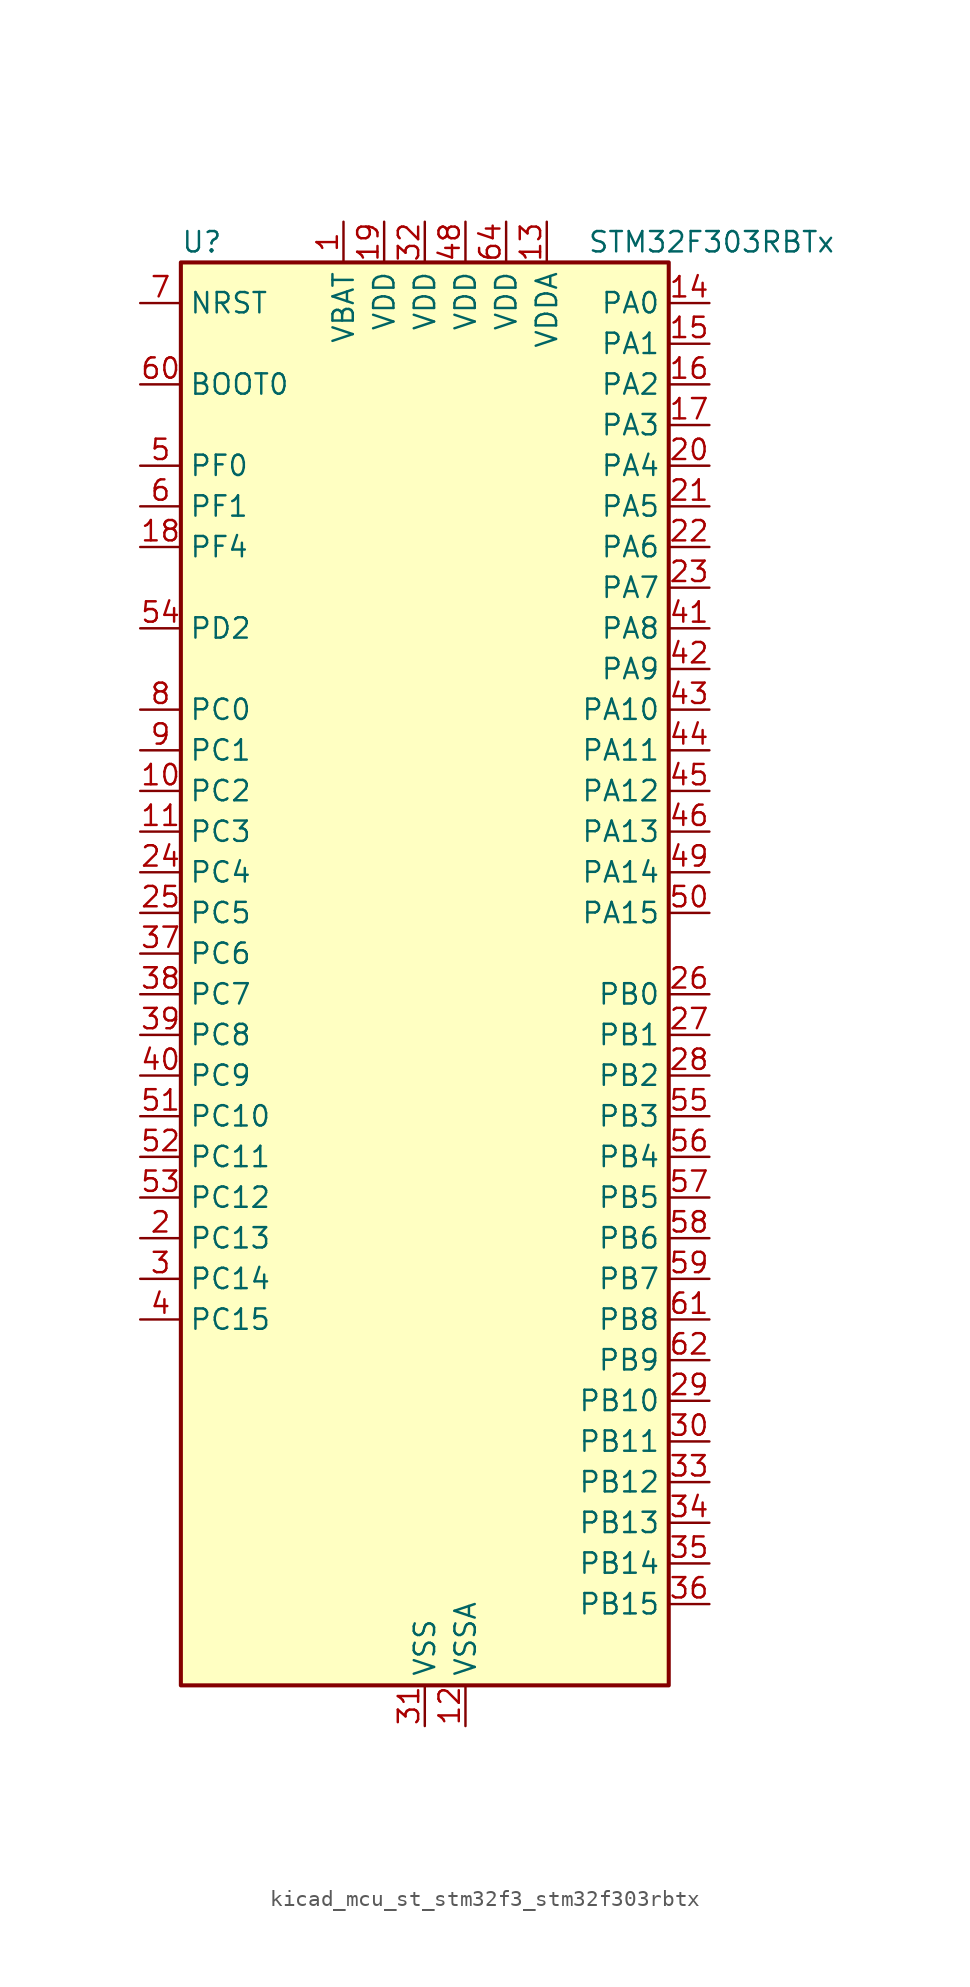
<source format=kicad_sym>
(kicad_symbol_lib
  (version 20220914)
  (generator kicad_symbol_editor)
  (symbol "kicad_mcu_st_stm32f3_stm32f303rbtx"
    (property "Reference" "U"
      (at -15.24 46.99 0)
      (effects (font (size 1.27 1.27)) (justify left)))
    (property "Value" "STM32F303RBTx"
      (at 10.16 46.99 0)
      (effects (font (size 1.27 1.27)) (justify left)))
    (property "ki_locked" ""
      (at 0 0 0)
      (effects (font (size 1.27 1.27))))
    (symbol "kicad_mcu_st_stm32f3_stm32f303rbtx_0_1"
      (rectangle (start -15.24 -43.18) (end 15.24 45.72) (stroke (width 0.254) (type default)) (fill (type background))))
    (symbol "kicad_mcu_st_stm32f3_stm32f303rbtx_1_1"
      (pin power_in line (at -5.08 48.26 270) (length 2.54) (name "VBAT" (effects (font (size 1.27 1.27)))) (number "1" (effects (font (size 1.27 1.27)))))
      (pin bidirectional line (at -17.78 12.7 0) (length 2.54) (name "PC2" (effects (font (size 1.27 1.27)))) (number "10" (effects (font (size 1.27 1.27)))) (alternate "ADC1_IN8" bidirectional line) (alternate "ADC2_IN8" bidirectional line) (alternate "ADC3_EXTI2" bidirectional line) (alternate "ADC4_EXTI2" bidirectional line) (alternate "COMP7_OUT" bidirectional line))
      (pin bidirectional line (at -17.78 10.16 0) (length 2.54) (name "PC3" (effects (font (size 1.27 1.27)))) (number "11" (effects (font (size 1.27 1.27)))) (alternate "ADC1_IN9" bidirectional line) (alternate "ADC2_IN9" bidirectional line) (alternate "TIM1_BKIN2" bidirectional line))
      (pin power_in line (at 2.54 -45.72 90) (length 2.54) (name "VSSA" (effects (font (size 1.27 1.27)))) (number "12" (effects (font (size 1.27 1.27)))))
      (pin power_in line (at 7.62 48.26 270) (length 2.54) (name "VDDA" (effects (font (size 1.27 1.27)))) (number "13" (effects (font (size 1.27 1.27)))))
      (pin bidirectional line (at 17.78 43.18 180) (length 2.54) (name "PA0" (effects (font (size 1.27 1.27)))) (number "14" (effects (font (size 1.27 1.27)))) (alternate "ADC1_IN1" bidirectional line) (alternate "COMP1_INM" bidirectional line) (alternate "COMP1_OUT" bidirectional line) (alternate "COMP7_INP" bidirectional line) (alternate "RTC_TAMP2" bidirectional line) (alternate "SYS_WKUP1" bidirectional line) (alternate "TIM2_CH1" bidirectional line) (alternate "TIM2_ETR" bidirectional line) (alternate "TIM8_BKIN" bidirectional line) (alternate "TIM8_ETR" bidirectional line) (alternate "TSC_G1_IO1" bidirectional line) (alternate "USART2_CTS" bidirectional line))
      (pin bidirectional line (at 17.78 40.64 180) (length 2.54) (name "PA1" (effects (font (size 1.27 1.27)))) (number "15" (effects (font (size 1.27 1.27)))) (alternate "ADC1_IN2" bidirectional line) (alternate "COMP1_INP" bidirectional line) (alternate "OPAMP1_VINP" bidirectional line) (alternate "OPAMP1_VINP_SEC" bidirectional line) (alternate "OPAMP3_VINP" bidirectional line) (alternate "OPAMP3_VINP_SEC" bidirectional line) (alternate "RTC_REFIN" bidirectional line) (alternate "TIM15_CH1N" bidirectional line) (alternate "TIM2_CH2" bidirectional line) (alternate "TSC_G1_IO2" bidirectional line) (alternate "USART2_DE" bidirectional line) (alternate "USART2_RTS" bidirectional line))
      (pin bidirectional line (at 17.78 38.1 180) (length 2.54) (name "PA2" (effects (font (size 1.27 1.27)))) (number "16" (effects (font (size 1.27 1.27)))) (alternate "ADC1_IN3" bidirectional line) (alternate "ADC3_EXTI2" bidirectional line) (alternate "ADC4_EXTI2" bidirectional line) (alternate "COMP2_INM" bidirectional line) (alternate "COMP2_OUT" bidirectional line) (alternate "OPAMP1_VOUT" bidirectional line) (alternate "TIM15_CH1" bidirectional line) (alternate "TIM2_CH3" bidirectional line) (alternate "TSC_G1_IO3" bidirectional line) (alternate "USART2_TX" bidirectional line))
      (pin bidirectional line (at 17.78 35.56 180) (length 2.54) (name "PA3" (effects (font (size 1.27 1.27)))) (number "17" (effects (font (size 1.27 1.27)))) (alternate "ADC1_IN4" bidirectional line) (alternate "COMP2_INP" bidirectional line) (alternate "OPAMP1_VINM" bidirectional line) (alternate "OPAMP1_VINM_SEC" bidirectional line) (alternate "OPAMP1_VINP" bidirectional line) (alternate "OPAMP1_VINP_SEC" bidirectional line) (alternate "TIM15_CH2" bidirectional line) (alternate "TIM2_CH4" bidirectional line) (alternate "TSC_G1_IO4" bidirectional line) (alternate "USART2_RX" bidirectional line))
      (pin bidirectional line (at -17.78 27.94 0) (length 2.54) (name "PF4" (effects (font (size 1.27 1.27)))) (number "18" (effects (font (size 1.27 1.27)))) (alternate "ADC1_IN5" bidirectional line) (alternate "COMP1_OUT" bidirectional line))
      (pin power_in line (at -2.54 48.26 270) (length 2.54) (name "VDD" (effects (font (size 1.27 1.27)))) (number "19" (effects (font (size 1.27 1.27)))))
      (pin bidirectional line (at -17.78 -15.24 0) (length 2.54) (name "PC13" (effects (font (size 1.27 1.27)))) (number "2" (effects (font (size 1.27 1.27)))) (alternate "RTC_OUT_ALARM" bidirectional line) (alternate "RTC_OUT_CALIB" bidirectional line) (alternate "RTC_TAMP1" bidirectional line) (alternate "RTC_TS" bidirectional line) (alternate "SYS_WKUP2" bidirectional line) (alternate "TIM1_CH1N" bidirectional line))
      (pin bidirectional line (at 17.78 33.02 180) (length 2.54) (name "PA4" (effects (font (size 1.27 1.27)))) (number "20" (effects (font (size 1.27 1.27)))) (alternate "ADC2_IN1" bidirectional line) (alternate "COMP1_INM" bidirectional line) (alternate "COMP2_INM" bidirectional line) (alternate "COMP3_INM" bidirectional line) (alternate "COMP4_INM" bidirectional line) (alternate "COMP5_INM" bidirectional line) (alternate "COMP6_INM" bidirectional line) (alternate "COMP7_INM" bidirectional line) (alternate "DAC_OUT1" bidirectional line) (alternate "I2S3_WS" bidirectional line) (alternate "OPAMP4_VINP" bidirectional line) (alternate "OPAMP4_VINP_SEC" bidirectional line) (alternate "SPI1_NSS" bidirectional line) (alternate "SPI3_NSS" bidirectional line) (alternate "TIM3_CH2" bidirectional line) (alternate "TSC_G2_IO1" bidirectional line) (alternate "USART2_CK" bidirectional line))
      (pin bidirectional line (at 17.78 30.48 180) (length 2.54) (name "PA5" (effects (font (size 1.27 1.27)))) (number "21" (effects (font (size 1.27 1.27)))) (alternate "ADC2_IN2" bidirectional line) (alternate "COMP1_INM" bidirectional line) (alternate "COMP2_INM" bidirectional line) (alternate "COMP3_INM" bidirectional line) (alternate "COMP4_INM" bidirectional line) (alternate "COMP5_INM" bidirectional line) (alternate "COMP6_INM" bidirectional line) (alternate "COMP7_INM" bidirectional line) (alternate "DAC_OUT2" bidirectional line) (alternate "OPAMP1_VINP" bidirectional line) (alternate "OPAMP1_VINP_SEC" bidirectional line) (alternate "OPAMP2_VINM" bidirectional line) (alternate "OPAMP2_VINM_SEC" bidirectional line) (alternate "OPAMP3_VINP" bidirectional line) (alternate "OPAMP3_VINP_SEC" bidirectional line) (alternate "SPI1_SCK" bidirectional line) (alternate "TIM2_CH1" bidirectional line) (alternate "TIM2_ETR" bidirectional line) (alternate "TSC_G2_IO2" bidirectional line))
      (pin bidirectional line (at 17.78 27.94 180) (length 2.54) (name "PA6" (effects (font (size 1.27 1.27)))) (number "22" (effects (font (size 1.27 1.27)))) (alternate "ADC2_IN3" bidirectional line) (alternate "COMP1_OUT" bidirectional line) (alternate "OPAMP2_VOUT" bidirectional line) (alternate "SPI1_MISO" bidirectional line) (alternate "TIM16_CH1" bidirectional line) (alternate "TIM1_BKIN" bidirectional line) (alternate "TIM3_CH1" bidirectional line) (alternate "TIM8_BKIN" bidirectional line) (alternate "TSC_G2_IO3" bidirectional line))
      (pin bidirectional line (at 17.78 25.4 180) (length 2.54) (name "PA7" (effects (font (size 1.27 1.27)))) (number "23" (effects (font (size 1.27 1.27)))) (alternate "ADC2_IN4" bidirectional line) (alternate "COMP2_INP" bidirectional line) (alternate "COMP2_OUT" bidirectional line) (alternate "OPAMP1_VINP" bidirectional line) (alternate "OPAMP1_VINP_SEC" bidirectional line) (alternate "OPAMP2_VINP" bidirectional line) (alternate "OPAMP2_VINP_SEC" bidirectional line) (alternate "SPI1_MOSI" bidirectional line) (alternate "TIM17_CH1" bidirectional line) (alternate "TIM1_CH1N" bidirectional line) (alternate "TIM3_CH2" bidirectional line) (alternate "TIM8_CH1N" bidirectional line) (alternate "TSC_G2_IO4" bidirectional line))
      (pin bidirectional line (at -17.78 7.62 0) (length 2.54) (name "PC4" (effects (font (size 1.27 1.27)))) (number "24" (effects (font (size 1.27 1.27)))) (alternate "ADC2_IN5" bidirectional line) (alternate "USART1_TX" bidirectional line))
      (pin bidirectional line (at -17.78 5.08 0) (length 2.54) (name "PC5" (effects (font (size 1.27 1.27)))) (number "25" (effects (font (size 1.27 1.27)))) (alternate "ADC2_IN11" bidirectional line) (alternate "OPAMP1_VINM" bidirectional line) (alternate "OPAMP1_VINM_SEC" bidirectional line) (alternate "OPAMP2_VINM" bidirectional line) (alternate "OPAMP2_VINM_SEC" bidirectional line) (alternate "TSC_G3_IO1" bidirectional line) (alternate "USART1_RX" bidirectional line))
      (pin bidirectional line (at 17.78 0 180) (length 2.54) (name "PB0" (effects (font (size 1.27 1.27)))) (number "26" (effects (font (size 1.27 1.27)))) (alternate "ADC3_IN12" bidirectional line) (alternate "COMP4_INP" bidirectional line) (alternate "OPAMP2_VINP" bidirectional line) (alternate "OPAMP2_VINP_SEC" bidirectional line) (alternate "OPAMP3_VINP" bidirectional line) (alternate "OPAMP3_VINP_SEC" bidirectional line) (alternate "TIM1_CH2N" bidirectional line) (alternate "TIM3_CH3" bidirectional line) (alternate "TIM8_CH2N" bidirectional line) (alternate "TSC_G3_IO2" bidirectional line))
      (pin bidirectional line (at 17.78 -2.54 180) (length 2.54) (name "PB1" (effects (font (size 1.27 1.27)))) (number "27" (effects (font (size 1.27 1.27)))) (alternate "ADC3_IN1" bidirectional line) (alternate "COMP4_OUT" bidirectional line) (alternate "OPAMP3_VOUT" bidirectional line) (alternate "TIM1_CH3N" bidirectional line) (alternate "TIM3_CH4" bidirectional line) (alternate "TIM8_CH3N" bidirectional line) (alternate "TSC_G3_IO3" bidirectional line))
      (pin bidirectional line (at 17.78 -5.08 180) (length 2.54) (name "PB2" (effects (font (size 1.27 1.27)))) (number "28" (effects (font (size 1.27 1.27)))) (alternate "ADC2_IN12" bidirectional line) (alternate "ADC3_EXTI2" bidirectional line) (alternate "ADC4_EXTI2" bidirectional line) (alternate "COMP4_INM" bidirectional line) (alternate "OPAMP3_VINM" bidirectional line) (alternate "OPAMP3_VINM_SEC" bidirectional line) (alternate "TSC_G3_IO4" bidirectional line))
      (pin bidirectional line (at 17.78 -25.4 180) (length 2.54) (name "PB10" (effects (font (size 1.27 1.27)))) (number "29" (effects (font (size 1.27 1.27)))) (alternate "COMP5_INM" bidirectional line) (alternate "OPAMP3_VINM" bidirectional line) (alternate "OPAMP3_VINM_SEC" bidirectional line) (alternate "OPAMP4_VINM" bidirectional line) (alternate "OPAMP4_VINM_SEC" bidirectional line) (alternate "TIM2_CH3" bidirectional line) (alternate "TSC_SYNC" bidirectional line) (alternate "USART3_TX" bidirectional line))
      (pin bidirectional line (at -17.78 -17.78 0) (length 2.54) (name "PC14" (effects (font (size 1.27 1.27)))) (number "3" (effects (font (size 1.27 1.27)))) (alternate "RCC_OSC32_IN" bidirectional line))
      (pin bidirectional line (at 17.78 -27.94 180) (length 2.54) (name "PB11" (effects (font (size 1.27 1.27)))) (number "30" (effects (font (size 1.27 1.27)))) (alternate "ADC1_EXTI11" bidirectional line) (alternate "ADC2_EXTI11" bidirectional line) (alternate "COMP6_INP" bidirectional line) (alternate "OPAMP4_VINP" bidirectional line) (alternate "OPAMP4_VINP_SEC" bidirectional line) (alternate "TIM2_CH4" bidirectional line) (alternate "TSC_G6_IO1" bidirectional line) (alternate "USART3_RX" bidirectional line))
      (pin power_in line (at 0 -45.72 90) (length 2.54) (name "VSS" (effects (font (size 1.27 1.27)))) (number "31" (effects (font (size 1.27 1.27)))))
      (pin power_in line (at 0 48.26 270) (length 2.54) (name "VDD" (effects (font (size 1.27 1.27)))) (number "32" (effects (font (size 1.27 1.27)))))
      (pin bidirectional line (at 17.78 -30.48 180) (length 2.54) (name "PB12" (effects (font (size 1.27 1.27)))) (number "33" (effects (font (size 1.27 1.27)))) (alternate "ADC4_IN3" bidirectional line) (alternate "COMP3_INM" bidirectional line) (alternate "I2C2_SMBA" bidirectional line) (alternate "I2S2_WS" bidirectional line) (alternate "OPAMP4_VOUT" bidirectional line) (alternate "SPI2_NSS" bidirectional line) (alternate "TIM1_BKIN" bidirectional line) (alternate "TSC_G6_IO2" bidirectional line) (alternate "USART3_CK" bidirectional line))
      (pin bidirectional line (at 17.78 -33.02 180) (length 2.54) (name "PB13" (effects (font (size 1.27 1.27)))) (number "34" (effects (font (size 1.27 1.27)))) (alternate "ADC3_IN5" bidirectional line) (alternate "COMP5_INP" bidirectional line) (alternate "I2S2_CK" bidirectional line) (alternate "OPAMP3_VINP" bidirectional line) (alternate "OPAMP3_VINP_SEC" bidirectional line) (alternate "OPAMP4_VINP" bidirectional line) (alternate "OPAMP4_VINP_SEC" bidirectional line) (alternate "SPI2_SCK" bidirectional line) (alternate "TIM1_CH1N" bidirectional line) (alternate "TSC_G6_IO3" bidirectional line) (alternate "USART3_CTS" bidirectional line))
      (pin bidirectional line (at 17.78 -35.56 180) (length 2.54) (name "PB14" (effects (font (size 1.27 1.27)))) (number "35" (effects (font (size 1.27 1.27)))) (alternate "ADC4_IN4" bidirectional line) (alternate "COMP3_INP" bidirectional line) (alternate "I2S2_ext_SD" bidirectional line) (alternate "OPAMP2_VINP" bidirectional line) (alternate "OPAMP2_VINP_SEC" bidirectional line) (alternate "SPI2_MISO" bidirectional line) (alternate "TIM15_CH1" bidirectional line) (alternate "TIM1_CH2N" bidirectional line) (alternate "TSC_G6_IO4" bidirectional line) (alternate "USART3_DE" bidirectional line) (alternate "USART3_RTS" bidirectional line))
      (pin bidirectional line (at 17.78 -38.1 180) (length 2.54) (name "PB15" (effects (font (size 1.27 1.27)))) (number "36" (effects (font (size 1.27 1.27)))) (alternate "ADC1_EXTI15" bidirectional line) (alternate "ADC2_EXTI15" bidirectional line) (alternate "ADC4_IN5" bidirectional line) (alternate "COMP6_INM" bidirectional line) (alternate "I2S2_SD" bidirectional line) (alternate "RTC_REFIN" bidirectional line) (alternate "SPI2_MOSI" bidirectional line) (alternate "TIM15_CH1N" bidirectional line) (alternate "TIM15_CH2" bidirectional line) (alternate "TIM1_CH3N" bidirectional line))
      (pin bidirectional line (at -17.78 2.54 0) (length 2.54) (name "PC6" (effects (font (size 1.27 1.27)))) (number "37" (effects (font (size 1.27 1.27)))) (alternate "COMP6_OUT" bidirectional line) (alternate "I2S2_MCK" bidirectional line) (alternate "TIM3_CH1" bidirectional line) (alternate "TIM8_CH1" bidirectional line))
      (pin bidirectional line (at -17.78 0 0) (length 2.54) (name "PC7" (effects (font (size 1.27 1.27)))) (number "38" (effects (font (size 1.27 1.27)))) (alternate "COMP5_OUT" bidirectional line) (alternate "I2S3_MCK" bidirectional line) (alternate "TIM3_CH2" bidirectional line) (alternate "TIM8_CH2" bidirectional line))
      (pin bidirectional line (at -17.78 -2.54 0) (length 2.54) (name "PC8" (effects (font (size 1.27 1.27)))) (number "39" (effects (font (size 1.27 1.27)))) (alternate "COMP3_OUT" bidirectional line) (alternate "TIM3_CH3" bidirectional line) (alternate "TIM8_CH3" bidirectional line))
      (pin bidirectional line (at -17.78 -20.32 0) (length 2.54) (name "PC15" (effects (font (size 1.27 1.27)))) (number "4" (effects (font (size 1.27 1.27)))) (alternate "ADC1_EXTI15" bidirectional line) (alternate "ADC2_EXTI15" bidirectional line) (alternate "RCC_OSC32_OUT" bidirectional line))
      (pin bidirectional line (at -17.78 -5.08 0) (length 2.54) (name "PC9" (effects (font (size 1.27 1.27)))) (number "40" (effects (font (size 1.27 1.27)))) (alternate "DAC_EXTI9" bidirectional line) (alternate "I2S_CKIN" bidirectional line) (alternate "TIM3_CH4" bidirectional line) (alternate "TIM8_BKIN2" bidirectional line) (alternate "TIM8_CH4" bidirectional line))
      (pin bidirectional line (at 17.78 22.86 180) (length 2.54) (name "PA8" (effects (font (size 1.27 1.27)))) (number "41" (effects (font (size 1.27 1.27)))) (alternate "COMP3_OUT" bidirectional line) (alternate "I2C2_SMBA" bidirectional line) (alternate "I2S2_MCK" bidirectional line) (alternate "RCC_MCO" bidirectional line) (alternate "TIM1_CH1" bidirectional line) (alternate "TIM4_ETR" bidirectional line) (alternate "USART1_CK" bidirectional line))
      (pin bidirectional line (at 17.78 20.32 180) (length 2.54) (name "PA9" (effects (font (size 1.27 1.27)))) (number "42" (effects (font (size 1.27 1.27)))) (alternate "COMP5_OUT" bidirectional line) (alternate "DAC_EXTI9" bidirectional line) (alternate "I2C2_SCL" bidirectional line) (alternate "I2S3_MCK" bidirectional line) (alternate "TIM15_BKIN" bidirectional line) (alternate "TIM1_CH2" bidirectional line) (alternate "TIM2_CH3" bidirectional line) (alternate "TSC_G4_IO1" bidirectional line) (alternate "USART1_TX" bidirectional line))
      (pin bidirectional line (at 17.78 17.78 180) (length 2.54) (name "PA10" (effects (font (size 1.27 1.27)))) (number "43" (effects (font (size 1.27 1.27)))) (alternate "COMP6_OUT" bidirectional line) (alternate "I2C2_SDA" bidirectional line) (alternate "TIM17_BKIN" bidirectional line) (alternate "TIM1_CH3" bidirectional line) (alternate "TIM2_CH4" bidirectional line) (alternate "TIM8_BKIN" bidirectional line) (alternate "TSC_G4_IO2" bidirectional line) (alternate "USART1_RX" bidirectional line))
      (pin bidirectional line (at 17.78 15.24 180) (length 2.54) (name "PA11" (effects (font (size 1.27 1.27)))) (number "44" (effects (font (size 1.27 1.27)))) (alternate "ADC1_EXTI11" bidirectional line) (alternate "ADC2_EXTI11" bidirectional line) (alternate "CAN_RX" bidirectional line) (alternate "COMP1_OUT" bidirectional line) (alternate "TIM1_BKIN2" bidirectional line) (alternate "TIM1_CH1N" bidirectional line) (alternate "TIM1_CH4" bidirectional line) (alternate "TIM4_CH1" bidirectional line) (alternate "USART1_CTS" bidirectional line) (alternate "USB_DM" bidirectional line))
      (pin bidirectional line (at 17.78 12.7 180) (length 2.54) (name "PA12" (effects (font (size 1.27 1.27)))) (number "45" (effects (font (size 1.27 1.27)))) (alternate "CAN_TX" bidirectional line) (alternate "COMP2_OUT" bidirectional line) (alternate "TIM16_CH1" bidirectional line) (alternate "TIM1_CH2N" bidirectional line) (alternate "TIM1_ETR" bidirectional line) (alternate "TIM4_CH2" bidirectional line) (alternate "USART1_DE" bidirectional line) (alternate "USART1_RTS" bidirectional line) (alternate "USB_DP" bidirectional line))
      (pin bidirectional line (at 17.78 10.16 180) (length 2.54) (name "PA13" (effects (font (size 1.27 1.27)))) (number "46" (effects (font (size 1.27 1.27)))) (alternate "IR_OUT" bidirectional line) (alternate "SYS_JTMS-SWDIO" bidirectional line) (alternate "TIM16_CH1N" bidirectional line) (alternate "TIM4_CH3" bidirectional line) (alternate "TSC_G4_IO3" bidirectional line) (alternate "USART3_CTS" bidirectional line))
      (pin passive line (at 0 -45.72 90) (length 2.54) hide (name "VSS" (effects (font (size 1.27 1.27)))) (number "47" (effects (font (size 1.27 1.27)))))
      (pin power_in line (at 2.54 48.26 270) (length 2.54) (name "VDD" (effects (font (size 1.27 1.27)))) (number "48" (effects (font (size 1.27 1.27)))))
      (pin bidirectional line (at 17.78 7.62 180) (length 2.54) (name "PA14" (effects (font (size 1.27 1.27)))) (number "49" (effects (font (size 1.27 1.27)))) (alternate "I2C1_SDA" bidirectional line) (alternate "SYS_JTCK-SWCLK" bidirectional line) (alternate "TIM1_BKIN" bidirectional line) (alternate "TIM8_CH2" bidirectional line) (alternate "TSC_G4_IO4" bidirectional line) (alternate "USART2_TX" bidirectional line))
      (pin bidirectional line (at -17.78 33.02 0) (length 2.54) (name "PF0" (effects (font (size 1.27 1.27)))) (number "5" (effects (font (size 1.27 1.27)))) (alternate "I2C2_SDA" bidirectional line) (alternate "RCC_OSC_IN" bidirectional line) (alternate "TIM1_CH3N" bidirectional line))
      (pin bidirectional line (at 17.78 5.08 180) (length 2.54) (name "PA15" (effects (font (size 1.27 1.27)))) (number "50" (effects (font (size 1.27 1.27)))) (alternate "ADC1_EXTI15" bidirectional line) (alternate "ADC2_EXTI15" bidirectional line) (alternate "I2C1_SCL" bidirectional line) (alternate "I2S3_WS" bidirectional line) (alternate "SPI1_NSS" bidirectional line) (alternate "SPI3_NSS" bidirectional line) (alternate "SYS_JTDI" bidirectional line) (alternate "TIM1_BKIN" bidirectional line) (alternate "TIM2_CH1" bidirectional line) (alternate "TIM2_ETR" bidirectional line) (alternate "TIM8_CH1" bidirectional line) (alternate "USART2_RX" bidirectional line))
      (pin bidirectional line (at -17.78 -7.62 0) (length 2.54) (name "PC10" (effects (font (size 1.27 1.27)))) (number "51" (effects (font (size 1.27 1.27)))) (alternate "I2S3_CK" bidirectional line) (alternate "SPI3_SCK" bidirectional line) (alternate "TIM8_CH1N" bidirectional line) (alternate "UART4_TX" bidirectional line) (alternate "USART3_TX" bidirectional line))
      (pin bidirectional line (at -17.78 -10.16 0) (length 2.54) (name "PC11" (effects (font (size 1.27 1.27)))) (number "52" (effects (font (size 1.27 1.27)))) (alternate "ADC1_EXTI11" bidirectional line) (alternate "ADC2_EXTI11" bidirectional line) (alternate "I2S3_ext_SD" bidirectional line) (alternate "SPI3_MISO" bidirectional line) (alternate "TIM8_CH2N" bidirectional line) (alternate "UART4_RX" bidirectional line) (alternate "USART3_RX" bidirectional line))
      (pin bidirectional line (at -17.78 -12.7 0) (length 2.54) (name "PC12" (effects (font (size 1.27 1.27)))) (number "53" (effects (font (size 1.27 1.27)))) (alternate "I2S3_SD" bidirectional line) (alternate "SPI3_MOSI" bidirectional line) (alternate "TIM8_CH3N" bidirectional line) (alternate "UART5_TX" bidirectional line) (alternate "USART3_CK" bidirectional line))
      (pin bidirectional line (at -17.78 22.86 0) (length 2.54) (name "PD2" (effects (font (size 1.27 1.27)))) (number "54" (effects (font (size 1.27 1.27)))) (alternate "ADC3_EXTI2" bidirectional line) (alternate "ADC4_EXTI2" bidirectional line) (alternate "TIM3_ETR" bidirectional line) (alternate "TIM8_BKIN" bidirectional line) (alternate "UART5_RX" bidirectional line))
      (pin bidirectional line (at 17.78 -7.62 180) (length 2.54) (name "PB3" (effects (font (size 1.27 1.27)))) (number "55" (effects (font (size 1.27 1.27)))) (alternate "I2S3_CK" bidirectional line) (alternate "SPI1_SCK" bidirectional line) (alternate "SPI3_SCK" bidirectional line) (alternate "SYS_JTDO-TRACESWO" bidirectional line) (alternate "TIM2_CH2" bidirectional line) (alternate "TIM3_ETR" bidirectional line) (alternate "TIM4_ETR" bidirectional line) (alternate "TIM8_CH1N" bidirectional line) (alternate "TSC_G5_IO1" bidirectional line) (alternate "USART2_TX" bidirectional line))
      (pin bidirectional line (at 17.78 -10.16 180) (length 2.54) (name "PB4" (effects (font (size 1.27 1.27)))) (number "56" (effects (font (size 1.27 1.27)))) (alternate "I2S3_ext_SD" bidirectional line) (alternate "SPI1_MISO" bidirectional line) (alternate "SPI3_MISO" bidirectional line) (alternate "SYS_NJTRST" bidirectional line) (alternate "TIM16_CH1" bidirectional line) (alternate "TIM17_BKIN" bidirectional line) (alternate "TIM3_CH1" bidirectional line) (alternate "TIM8_CH2N" bidirectional line) (alternate "TSC_G5_IO2" bidirectional line) (alternate "USART2_RX" bidirectional line))
      (pin bidirectional line (at 17.78 -12.7 180) (length 2.54) (name "PB5" (effects (font (size 1.27 1.27)))) (number "57" (effects (font (size 1.27 1.27)))) (alternate "I2C1_SMBA" bidirectional line) (alternate "I2S3_SD" bidirectional line) (alternate "SPI1_MOSI" bidirectional line) (alternate "SPI3_MOSI" bidirectional line) (alternate "TIM16_BKIN" bidirectional line) (alternate "TIM17_CH1" bidirectional line) (alternate "TIM3_CH2" bidirectional line) (alternate "TIM8_CH3N" bidirectional line) (alternate "USART2_CK" bidirectional line))
      (pin bidirectional line (at 17.78 -15.24 180) (length 2.54) (name "PB6" (effects (font (size 1.27 1.27)))) (number "58" (effects (font (size 1.27 1.27)))) (alternate "I2C1_SCL" bidirectional line) (alternate "TIM16_CH1N" bidirectional line) (alternate "TIM4_CH1" bidirectional line) (alternate "TIM8_BKIN2" bidirectional line) (alternate "TIM8_CH1" bidirectional line) (alternate "TIM8_ETR" bidirectional line) (alternate "TSC_G5_IO3" bidirectional line) (alternate "USART1_TX" bidirectional line))
      (pin bidirectional line (at 17.78 -17.78 180) (length 2.54) (name "PB7" (effects (font (size 1.27 1.27)))) (number "59" (effects (font (size 1.27 1.27)))) (alternate "I2C1_SDA" bidirectional line) (alternate "TIM17_CH1N" bidirectional line) (alternate "TIM3_CH4" bidirectional line) (alternate "TIM4_CH2" bidirectional line) (alternate "TIM8_BKIN" bidirectional line) (alternate "TSC_G5_IO4" bidirectional line) (alternate "USART1_RX" bidirectional line))
      (pin bidirectional line (at -17.78 30.48 0) (length 2.54) (name "PF1" (effects (font (size 1.27 1.27)))) (number "6" (effects (font (size 1.27 1.27)))) (alternate "I2C2_SCL" bidirectional line) (alternate "RCC_OSC_OUT" bidirectional line))
      (pin input line (at -17.78 38.1 0) (length 2.54) (name "BOOT0" (effects (font (size 1.27 1.27)))) (number "60" (effects (font (size 1.27 1.27)))))
      (pin bidirectional line (at 17.78 -20.32 180) (length 2.54) (name "PB8" (effects (font (size 1.27 1.27)))) (number "61" (effects (font (size 1.27 1.27)))) (alternate "CAN_RX" bidirectional line) (alternate "COMP1_OUT" bidirectional line) (alternate "I2C1_SCL" bidirectional line) (alternate "TIM16_CH1" bidirectional line) (alternate "TIM1_BKIN" bidirectional line) (alternate "TIM4_CH3" bidirectional line) (alternate "TIM8_CH2" bidirectional line) (alternate "TSC_SYNC" bidirectional line))
      (pin bidirectional line (at 17.78 -22.86 180) (length 2.54) (name "PB9" (effects (font (size 1.27 1.27)))) (number "62" (effects (font (size 1.27 1.27)))) (alternate "CAN_TX" bidirectional line) (alternate "COMP2_OUT" bidirectional line) (alternate "DAC_EXTI9" bidirectional line) (alternate "I2C1_SDA" bidirectional line) (alternate "IR_OUT" bidirectional line) (alternate "TIM17_CH1" bidirectional line) (alternate "TIM4_CH4" bidirectional line) (alternate "TIM8_CH3" bidirectional line))
      (pin passive line (at 0 -45.72 90) (length 2.54) hide (name "VSS" (effects (font (size 1.27 1.27)))) (number "63" (effects (font (size 1.27 1.27)))))
      (pin power_in line (at 5.08 48.26 270) (length 2.54) (name "VDD" (effects (font (size 1.27 1.27)))) (number "64" (effects (font (size 1.27 1.27)))))
      (pin input line (at -17.78 43.18 0) (length 2.54) (name "NRST" (effects (font (size 1.27 1.27)))) (number "7" (effects (font (size 1.27 1.27)))))
      (pin bidirectional line (at -17.78 17.78 0) (length 2.54) (name "PC0" (effects (font (size 1.27 1.27)))) (number "8" (effects (font (size 1.27 1.27)))) (alternate "ADC1_IN6" bidirectional line) (alternate "ADC2_IN6" bidirectional line) (alternate "COMP7_INM" bidirectional line))
      (pin bidirectional line (at -17.78 15.24 0) (length 2.54) (name "PC1" (effects (font (size 1.27 1.27)))) (number "9" (effects (font (size 1.27 1.27)))) (alternate "ADC1_IN7" bidirectional line) (alternate "ADC2_IN7" bidirectional line) (alternate "COMP7_INP" bidirectional line)))))
</source>
